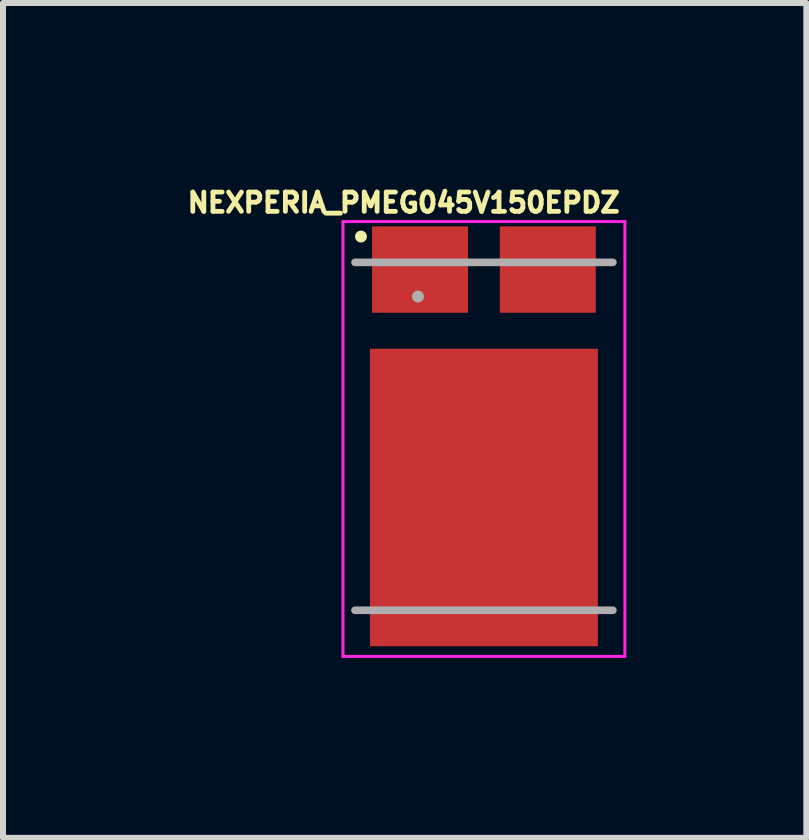
<source format=kicad_pcb>
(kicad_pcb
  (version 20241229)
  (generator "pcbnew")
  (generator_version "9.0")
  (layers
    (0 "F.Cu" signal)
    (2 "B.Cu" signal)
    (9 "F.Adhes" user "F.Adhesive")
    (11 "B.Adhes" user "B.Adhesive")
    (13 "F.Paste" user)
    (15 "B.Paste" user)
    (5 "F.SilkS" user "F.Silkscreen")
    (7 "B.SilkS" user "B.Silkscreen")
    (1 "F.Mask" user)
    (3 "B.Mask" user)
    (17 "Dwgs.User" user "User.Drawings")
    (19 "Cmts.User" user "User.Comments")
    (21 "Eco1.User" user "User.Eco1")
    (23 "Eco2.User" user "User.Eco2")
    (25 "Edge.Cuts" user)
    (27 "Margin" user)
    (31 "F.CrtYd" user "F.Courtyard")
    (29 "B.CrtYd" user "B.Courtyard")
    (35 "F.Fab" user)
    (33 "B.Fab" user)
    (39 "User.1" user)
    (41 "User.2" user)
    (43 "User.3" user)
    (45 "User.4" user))
  (footprint "NEXPERIA_PMEG045V150EPDZ"
    (layer "F.Cu")
    (at 5.018 4.224)
    (property "Reference" "NEXPERIA_PMEG045V150EPDZ" (at -1.338 -3.895 0) (layer "F.SilkS") (effects (font (size 0.321 0.321) (thickness 0.15))))
    (attr through_hole)
    (fp_circle (center -2.05 -3.33) (end -2 -3.33) (stroke (width 0.1) (type solid)) (fill no) (layer "F.SilkS"))
    (fp_poly (pts (xy -1.8 -1.35) (xy -0.1 -1.35) (xy -0.1 0.6) (xy -1.8 0.6)) (stroke (width 0.001) (type solid)) (fill yes) (layer "F.Paste"))
    (fp_poly (pts (xy -1.8 2.75) (xy -0.1 2.75) (xy -0.1 0.85) (xy -1.8 0.85)) (stroke (width 0.001) (type solid)) (fill yes) (layer "F.Paste"))
    (fp_poly (pts (xy -1.765 -3.45) (xy -0.365 -3.45) (xy -0.365 -2.11) (xy -1.765 -2.11)) (stroke (width 0.001) (type solid)) (fill yes) (layer "F.Paste"))
    (fp_poly (pts (xy 0.365 -3.45) (xy 1.765 -3.45) (xy 1.765 -2.11) (xy 0.365 -2.11)) (stroke (width 0.001) (type solid)) (fill yes) (layer "F.Paste"))
    (fp_poly (pts (xy 1.8 -1.35) (xy 0.1 -1.35) (xy 0.1 0.55) (xy 1.8 0.55)) (stroke (width 0.001) (type solid)) (fill yes) (layer "F.Paste"))
    (fp_poly (pts (xy 1.8 2.75) (xy 0.1 2.75) (xy 0.1 0.8) (xy 1.8 0.8)) (stroke (width 0.001) (type solid)) (fill yes) (layer "F.Paste"))
    (fp_poly (pts (xy -1.2 3.45) (xy 1.2 3.45) (xy 1.25 3.45) (xy 1.25 2.95) (xy -1.2 2.95)) (stroke (width 0.001) (type solid)) (fill yes) (layer "F.Paste"))
    (fp_line (start -2.35 -3.58) (end 2.35 -3.58) (stroke (width 0.05) (type solid)) (layer "F.CrtYd"))
    (fp_line (start -2.35 3.67) (end -2.35 -3.58) (stroke (width 0.05) (type solid)) (layer "F.CrtYd"))
    (fp_line (start 2.35 -3.58) (end 2.35 3.67) (stroke (width 0.05) (type solid)) (layer "F.CrtYd"))
    (fp_line (start 2.35 3.67) (end -2.35 3.67) (stroke (width 0.05) (type solid)) (layer "F.CrtYd"))
    (fp_line (start -2.15 -2.9) (end 2.15 -2.9) (stroke (width 0.127) (type solid)) (layer "F.Fab"))
    (fp_line (start 2.15 2.9) (end -2.15 2.9) (stroke (width 0.127) (type solid)) (layer "F.Fab"))
    (fp_circle (center -1.1 -2.33) (end -1.05 -2.33) (stroke (width 0.1) (type solid)) (fill no) (layer "F.Fab"))
    (pad "1" smd rect (at -1.065 -2.78) (size 1.6 1.44) (layers "F.Cu" "F.Mask"))
    (pad "2" smd rect (at 1.065 -2.78) (size 1.6 1.44) (layers "F.Cu" "F.Mask"))
    (pad "3" smd rect (at 0 1.02) (size 3.8 4.96) (layers "F.Cu" "F.Mask")))
  (gr_rect
    (start -3 -3)
    (end 10.393 10.919)
    (stroke (width 0.1) (type default))
    (fill no)
    (layer "Edge.Cuts")))
</source>
